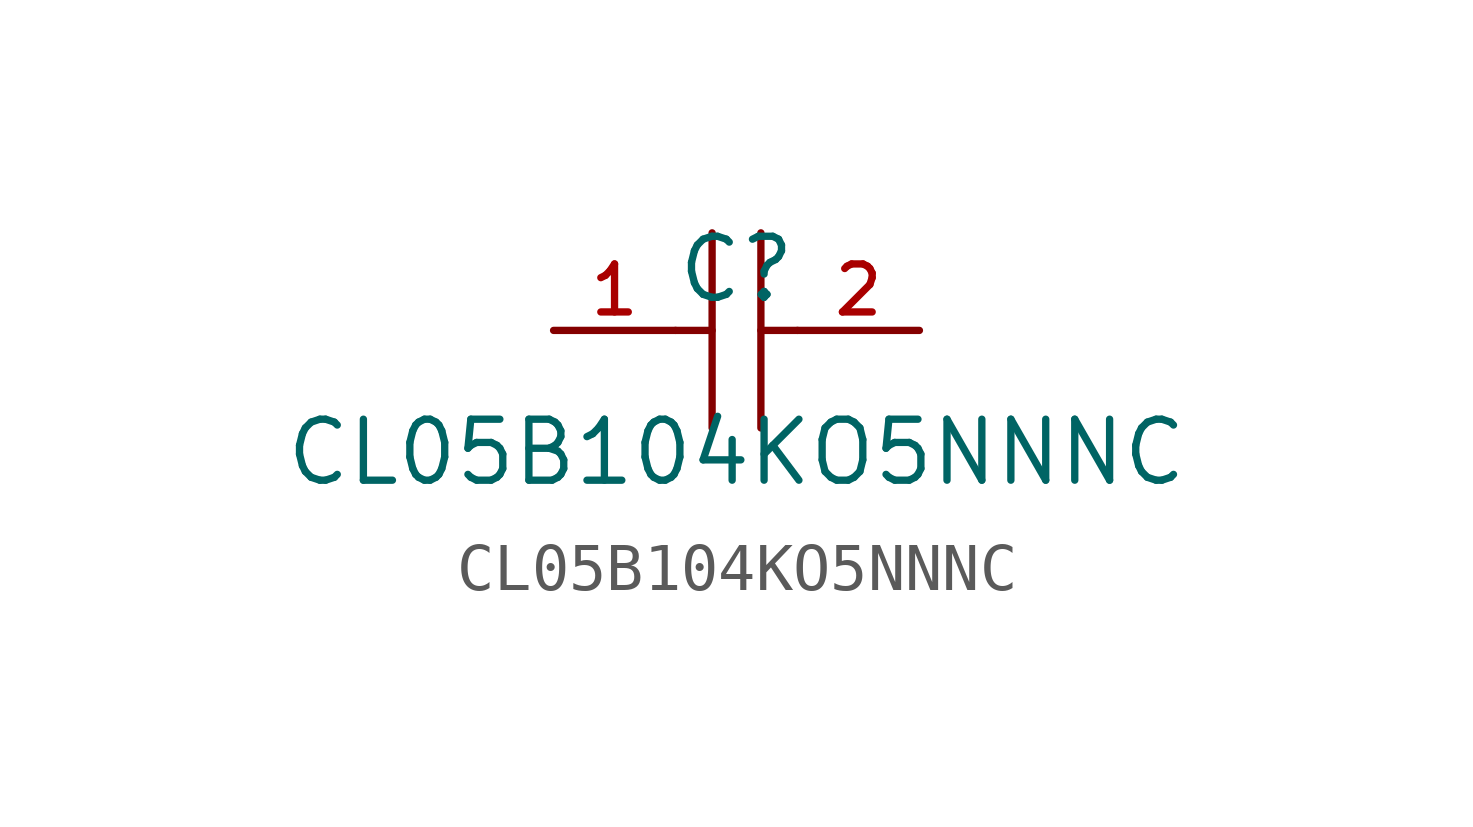
<source format=kicad_sym>
(kicad_symbol_lib
  (version 20220914)
  (generator kicad_symbol_editor)
  (symbol "CL05B104KO5NNNC"
    (pin_names hide)
    (property "Reference" "C"
      (at 0 1.27 0)
      (effects (font (size 1.27 1.27))))
    (property "Value" "CL05B104KO5NNNC"
      (at 0 -2.54 0)
      (effects (font (size 1.27 1.27))))
    (symbol "CL05B104KO5NNNC_0_1"
      (polyline (pts (xy -1.27 0) (xy -0.508 0)) (stroke (width 0) (type default)) (fill (type none)))
      (polyline (pts (xy -0.508 2.032) (xy -0.508 -2.032)) (stroke (width 0) (type default)) (fill (type none)))
      (polyline (pts (xy 0.508 0) (xy 1.27 0)) (stroke (width 0) (type default)) (fill (type none)))
      (polyline (pts (xy 0.508 2.032) (xy 0.508 -2.032)) (stroke (width 0) (type default)) (fill (type none))))
    (symbol "CL05B104KO5NNNC_1_1"
      (pin passive line (at -3.81 0 0) (length 2.54) (name "1" (effects (font (size 1 1)))) (number "1" (effects (font (size 1 1)))))
      (pin passive line (at 3.81 0 180) (length 2.54) (name "2" (effects (font (size 1 1)))) (number "2" (effects (font (size 1 1))))))))
</source>
